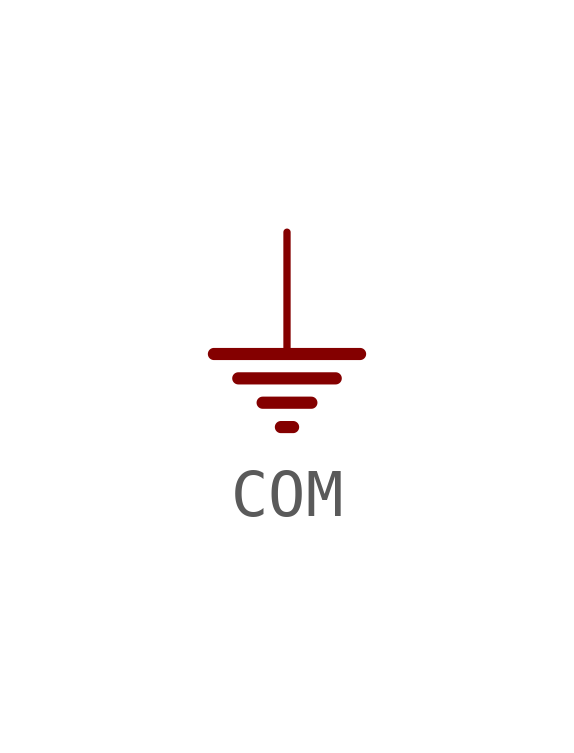
<source format=kicad_sym>
(kicad_symbol_lib
  (version 20211014)
  (generator kicad_symbol_editor)
  (symbol "COM"
    (power)
    (property "Reference" ""
      (at 0 0 0)
      (effects (font (size 1.27 1.27)) hide))
    (property "ki_locked" ""
      (at 0 0 0)
      (effects (font (size 1.27 1.27))))
    (symbol "COM_1_0"
      (polyline (pts (xy -1.524 0) (xy 1.524 0)) (stroke (width 0.254) (type default) (color 0 0 0 0)) (fill (type none)))
      (polyline (pts (xy -1.016 -0.508) (xy 1.016 -0.508)) (stroke (width 0.254) (type default) (color 0 0 0 0)) (fill (type none)))
      (polyline (pts (xy -0.508 -1.016) (xy 0.508 -1.016)) (stroke (width 0.254) (type default) (color 0 0 0 0)) (fill (type none)))
      (polyline (pts (xy -0.127 -1.524) (xy 0.127 -1.524)) (stroke (width 0.254) (type default) (color 0 0 0 0)) (fill (type none)))
      (pin power_in line (at 0 2.54 270) (length 2.54) (name "COM" (effects (font (size 0 0)))) (number "1" (effects (font (size 0 0))))))))
</source>
